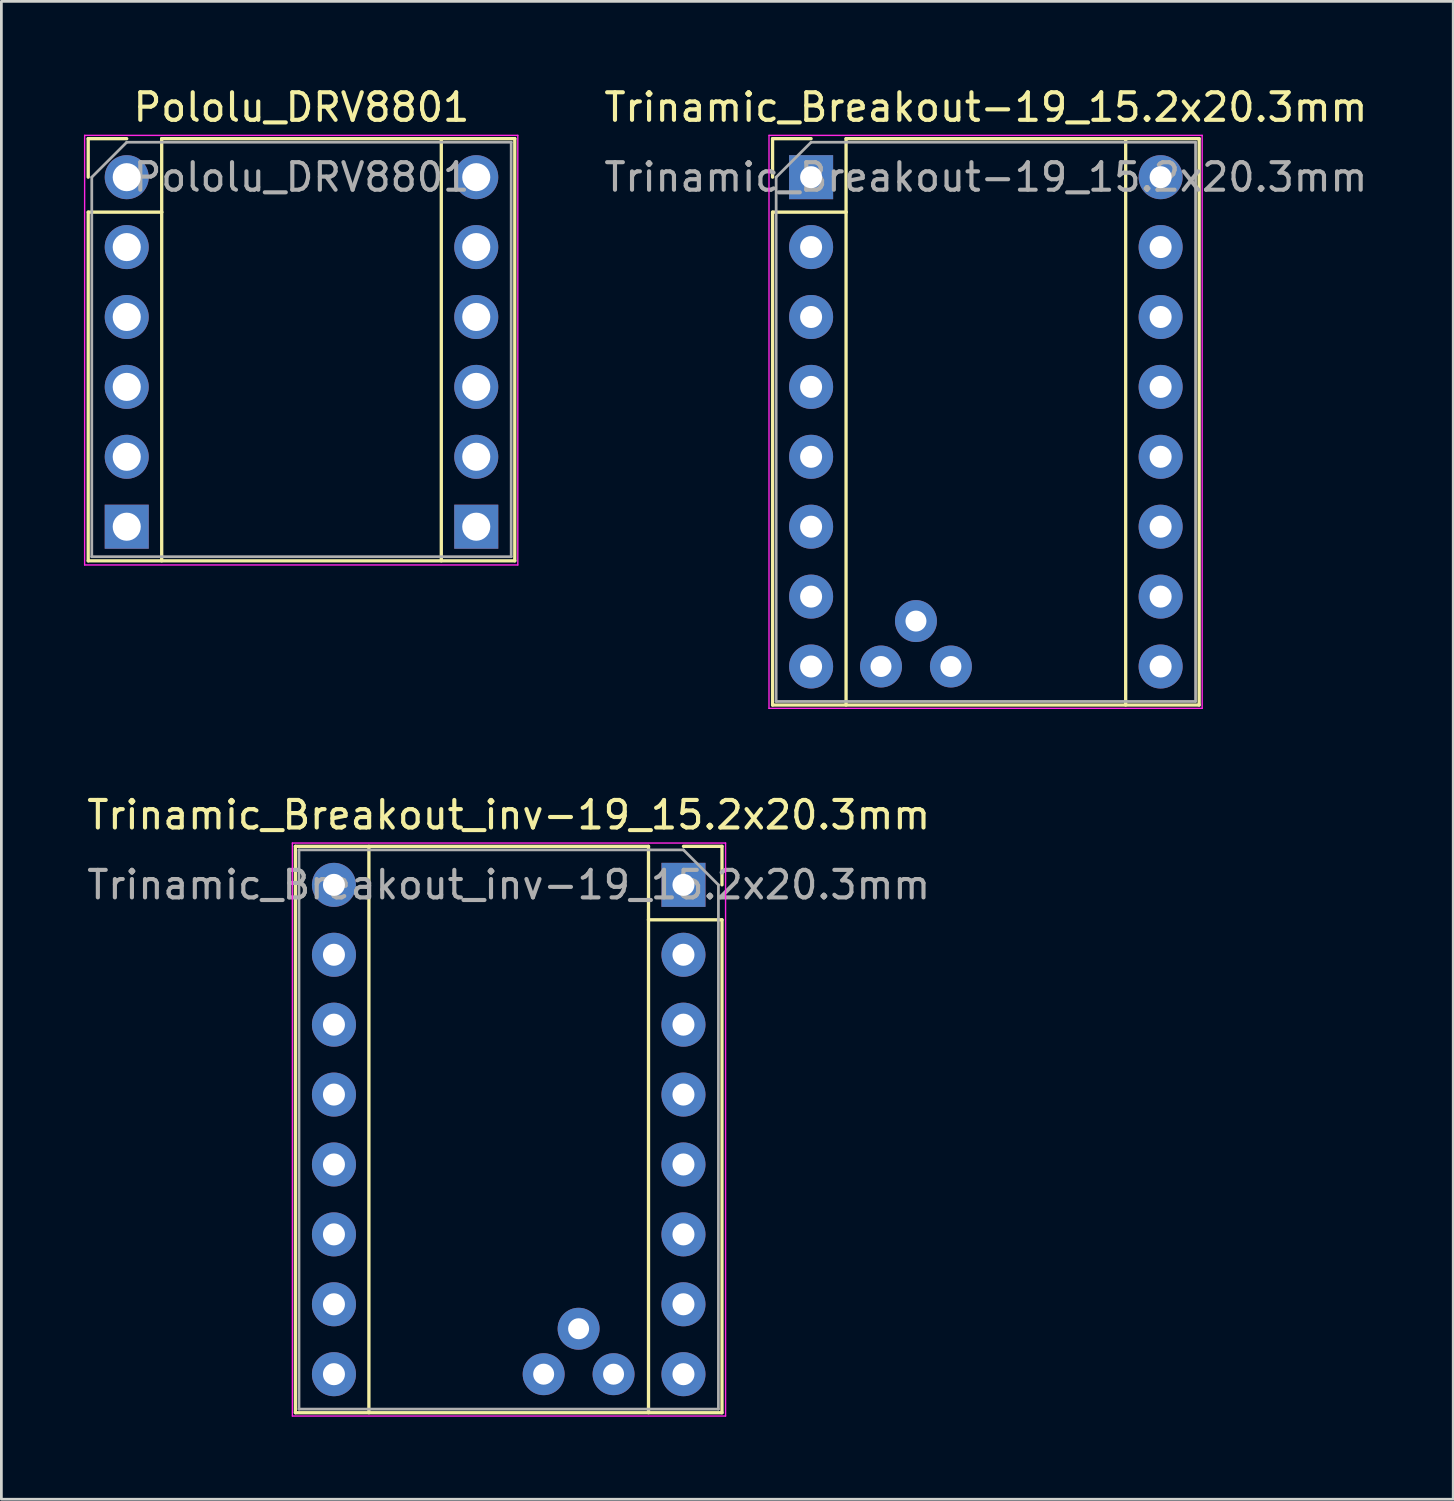
<source format=kicad_pcb>
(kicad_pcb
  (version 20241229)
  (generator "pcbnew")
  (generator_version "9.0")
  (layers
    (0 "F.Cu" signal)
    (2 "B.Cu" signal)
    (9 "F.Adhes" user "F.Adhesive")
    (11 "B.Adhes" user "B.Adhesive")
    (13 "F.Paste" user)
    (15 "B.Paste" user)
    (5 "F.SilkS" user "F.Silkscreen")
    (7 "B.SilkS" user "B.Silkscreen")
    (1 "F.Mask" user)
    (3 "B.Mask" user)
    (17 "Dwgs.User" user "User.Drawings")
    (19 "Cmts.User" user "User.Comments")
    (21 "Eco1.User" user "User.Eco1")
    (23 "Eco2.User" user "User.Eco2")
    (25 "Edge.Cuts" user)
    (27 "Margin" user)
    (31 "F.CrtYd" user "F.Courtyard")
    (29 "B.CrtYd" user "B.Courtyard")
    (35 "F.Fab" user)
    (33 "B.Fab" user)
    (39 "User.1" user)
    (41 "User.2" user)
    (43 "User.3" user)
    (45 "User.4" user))
  (footprint "Pololu_DRV8801"
    (layer "F.Cu")
    (at 7.905 12.278)
    (property "Reference" "Pololu_DRV8801" (at 0 -11.43 0) (layer "F.SilkS") (effects (font (size 1 1) (thickness 0.15))))
    (attr through_hole)
    (fp_line (start -7.75 -10.29) (end -7.75 -8.89) (stroke (width 0.12) (type solid)) (layer "F.SilkS"))
    (fp_line (start -7.75 -7.62) (end -7.75 5.05) (stroke (width 0.12) (type solid)) (layer "F.SilkS"))
    (fp_line (start -7.75 5.05) (end 7.75 5.05) (stroke (width 0.12) (type solid)) (layer "F.SilkS"))
    (fp_line (start -6.35 -10.29) (end -7.75 -10.29) (stroke (width 0.12) (type solid)) (layer "F.SilkS"))
    (fp_line (start -5.08 -10.29) (end -5.08 -7.62) (stroke (width 0.12) (type solid)) (layer "F.SilkS"))
    (fp_line (start -5.08 -7.62) (end -7.75 -7.62) (stroke (width 0.12) (type solid)) (layer "F.SilkS"))
    (fp_line (start -5.08 -7.62) (end -5.08 5.05) (stroke (width 0.12) (type solid)) (layer "F.SilkS"))
    (fp_line (start 5.08 -10.29) (end 5.08 5.05) (stroke (width 0.12) (type solid)) (layer "F.SilkS"))
    (fp_line (start 7.75 -10.29) (end -5.08 -10.29) (stroke (width 0.12) (type solid)) (layer "F.SilkS"))
    (fp_line (start 7.75 5.05) (end 7.75 -10.29) (stroke (width 0.12) (type solid)) (layer "F.SilkS"))
    (fp_line (start -7.88 -10.41) (end -7.88 5.2) (stroke (width 0.05) (type solid)) (layer "F.CrtYd"))
    (fp_line (start -7.88 -10.41) (end 7.86 -10.41) (stroke (width 0.05) (type solid)) (layer "F.CrtYd"))
    (fp_line (start 7.86 5.2) (end -7.88 5.2) (stroke (width 0.05) (type solid)) (layer "F.CrtYd"))
    (fp_line (start 7.86 5.2) (end 7.86 -10.41) (stroke (width 0.05) (type solid)) (layer "F.CrtYd"))
    (fp_line (start -7.62 -8.89) (end -6.35 -10.16) (stroke (width 0.1) (type solid)) (layer "F.Fab"))
    (fp_line (start -7.62 4.9) (end -7.62 -8.89) (stroke (width 0.1) (type solid)) (layer "F.Fab"))
    (fp_line (start -6.35 -10.16) (end 7.62 -10.16) (stroke (width 0.1) (type solid)) (layer "F.Fab"))
    (fp_line (start 7.62 -10.16) (end 7.62 4.9) (stroke (width 0.1) (type solid)) (layer "F.Fab"))
    (fp_line (start 7.62 4.9) (end -7.62 4.9) (stroke (width 0.1) (type solid)) (layer "F.Fab"))
    (fp_text user "${REFERENCE}" (at 0 -8.89 0) (layer "F.Fab") (effects (font (size 1 1) (thickness 0.15))))
    (pad "1" thru_hole circle (at -6.35 -8.89) (size 1.6 1.6) (drill 1.02) (layers "*.Cu" "*.Mask"))
    (pad "2" thru_hole oval (at -6.35 -6.35) (size 1.6 1.6) (drill 1.02) (layers "*.Cu" "*.Mask"))
    (pad "3" thru_hole oval (at -6.35 -3.81) (size 1.6 1.6) (drill 1.02) (layers "*.Cu" "*.Mask"))
    (pad "4" thru_hole oval (at -6.35 -1.27) (size 1.6 1.6) (drill 1.02) (layers "*.Cu" "*.Mask"))
    (pad "5" thru_hole oval (at -6.35 1.27) (size 1.6 1.6) (drill 1.02) (layers "*.Cu" "*.Mask"))
    (pad "6" thru_hole rect (at -6.35 3.81) (size 1.6 1.6) (drill 1.02) (layers "*.Cu" "*.Mask"))
    (pad "7" thru_hole rect (at 6.35 3.81) (size 1.6 1.6) (drill 1.02) (layers "*.Cu" "*.Mask"))
    (pad "8" thru_hole oval (at 6.35 1.27) (size 1.6 1.6) (drill 1.02) (layers "*.Cu" "*.Mask"))
    (pad "9" thru_hole oval (at 6.35 -1.27) (size 1.6 1.6) (drill 1.02) (layers "*.Cu" "*.Mask"))
    (pad "10" thru_hole oval (at 6.35 -3.81) (size 1.6 1.6) (drill 1.02) (layers "*.Cu" "*.Mask"))
    (pad "11" thru_hole oval (at 6.35 -6.35) (size 1.6 1.6) (drill 1.02) (layers "*.Cu" "*.Mask"))
    (pad "12" thru_hole oval (at 6.35 -8.89) (size 1.6 1.6) (drill 1.02) (layers "*.Cu" "*.Mask")))
  (footprint "Trinamic_Breakout_inv-19_15.2x20.3mm"
    (layer "F.Cu")
    (at 15.29 37.992)
    (property "Reference" "Trinamic_Breakout_inv-19_15.2x20.3mm" (at 0.144 -11.43 0) (layer "F.SilkS") (effects (font (size 1 1) (thickness 0.15))))
    (attr through_hole)
    (fp_line (start -7.606 -10.29) (end 5.224 -10.29) (stroke (width 0.12) (type solid)) (layer "F.SilkS"))
    (fp_line (start -7.606 10.29) (end -7.606 -10.29) (stroke (width 0.12) (type solid)) (layer "F.SilkS"))
    (fp_line (start -4.936 -10.29) (end -4.936 10.29) (stroke (width 0.12) (type solid)) (layer "F.SilkS"))
    (fp_line (start 5.224 -10.29) (end 5.224 -7.62) (stroke (width 0.12) (type solid)) (layer "F.SilkS"))
    (fp_line (start 5.224 -7.62) (end 5.224 10.29) (stroke (width 0.12) (type solid)) (layer "F.SilkS"))
    (fp_line (start 5.224 -7.62) (end 7.894 -7.62) (stroke (width 0.12) (type solid)) (layer "F.SilkS"))
    (fp_line (start 6.494 -10.29) (end 7.894 -10.29) (stroke (width 0.12) (type solid)) (layer "F.SilkS"))
    (fp_line (start 7.894 -10.29) (end 7.894 -8.89) (stroke (width 0.12) (type solid)) (layer "F.SilkS"))
    (fp_line (start 7.894 -7.62) (end 7.894 10.29) (stroke (width 0.12) (type solid)) (layer "F.SilkS"))
    (fp_line (start 7.894 10.29) (end -7.606 10.29) (stroke (width 0.12) (type solid)) (layer "F.SilkS"))
    (fp_line (start -7.716 10.41) (end -7.716 -10.41) (stroke (width 0.05) (type solid)) (layer "F.CrtYd"))
    (fp_line (start -7.716 10.41) (end 8.024 10.41) (stroke (width 0.05) (type solid)) (layer "F.CrtYd"))
    (fp_line (start 8.024 -10.41) (end -7.716 -10.41) (stroke (width 0.05) (type solid)) (layer "F.CrtYd"))
    (fp_line (start 8.024 -10.41) (end 8.024 10.41) (stroke (width 0.05) (type solid)) (layer "F.CrtYd"))
    (fp_line (start -7.476 -10.16) (end -7.476 10.16) (stroke (width 0.1) (type solid)) (layer "F.Fab"))
    (fp_line (start -7.476 10.16) (end 7.764 10.16) (stroke (width 0.1) (type solid)) (layer "F.Fab"))
    (fp_line (start 6.494 -10.16) (end -7.476 -10.16) (stroke (width 0.1) (type solid)) (layer "F.Fab"))
    (fp_line (start 7.764 -8.89) (end 6.494 -10.16) (stroke (width 0.1) (type solid)) (layer "F.Fab"))
    (fp_line (start 7.764 10.16) (end 7.764 -8.89) (stroke (width 0.1) (type solid)) (layer "F.Fab"))
    (fp_text user "${REFERENCE}" (at 0.144 -8.89 0) (layer "F.Fab") (effects (font (size 1 1) (thickness 0.15))))
    (pad "1" thru_hole rect (at 6.494 -8.89) (size 1.6 1.6) (drill 0.8) (layers "*.Cu" "*.Mask"))
    (pad "2" thru_hole oval (at 6.494 -6.35) (size 1.6 1.6) (drill 0.8) (layers "*.Cu" "*.Mask"))
    (pad "3" thru_hole oval (at 6.494 -3.81) (size 1.6 1.6) (drill 0.8) (layers "*.Cu" "*.Mask"))
    (pad "4" thru_hole oval (at 6.494 -1.27) (size 1.6 1.6) (drill 0.8) (layers "*.Cu" "*.Mask"))
    (pad "5" thru_hole oval (at 6.494 1.27) (size 1.6 1.6) (drill 0.8) (layers "*.Cu" "*.Mask"))
    (pad "6" thru_hole oval (at 6.494 3.81) (size 1.6 1.6) (drill 0.8) (layers "*.Cu" "*.Mask"))
    (pad "7" thru_hole oval (at 6.494 6.35) (size 1.6 1.6) (drill 0.8) (layers "*.Cu" "*.Mask"))
    (pad "8" thru_hole oval (at 6.494 8.89) (size 1.6 1.6) (drill 0.8) (layers "*.Cu" "*.Mask"))
    (pad "9" thru_hole oval (at -6.206 8.89) (size 1.6 1.6) (drill 0.8) (layers "*.Cu" "*.Mask"))
    (pad "10" thru_hole oval (at -6.206 6.35) (size 1.6 1.6) (drill 0.8) (layers "*.Cu" "*.Mask"))
    (pad "11" thru_hole oval (at -6.206 3.81) (size 1.6 1.6) (drill 0.8) (layers "*.Cu" "*.Mask"))
    (pad "12" thru_hole oval (at -6.206 1.27) (size 1.6 1.6) (drill 0.8) (layers "*.Cu" "*.Mask"))
    (pad "13" thru_hole oval (at -6.206 -1.27) (size 1.6 1.6) (drill 0.8) (layers "*.Cu" "*.Mask"))
    (pad "14" thru_hole oval (at -6.206 -3.81) (size 1.6 1.6) (drill 0.8) (layers "*.Cu" "*.Mask"))
    (pad "15" thru_hole oval (at -6.206 -6.35) (size 1.6 1.6) (drill 0.8) (layers "*.Cu" "*.Mask"))
    (pad "16" thru_hole oval (at -6.206 -8.89) (size 1.6 1.6) (drill 0.8) (layers "*.Cu" "*.Mask"))
    (pad "17" thru_hole circle (at 3.954 8.89) (size 1.524 1.524) (drill 0.762) (layers "*.Cu" "*.Mask"))
    (pad "18" thru_hole circle (at 1.414 8.89) (size 1.524 1.524) (drill 0.762) (layers "*.Cu" "*.Mask"))
    (pad "19" thru_hole circle (at 2.684 7.239) (size 1.524 1.524) (drill 0.762) (layers "*.Cu" "*.Mask")))
  (footprint "Trinamic_Breakout-19_15.2x20.3mm"
    (layer "F.Cu")
    (at 32.772 12.278)
    (property "Reference" "Trinamic_Breakout-19_15.2x20.3mm" (at 0 -11.43 0) (layer "F.SilkS") (effects (font (size 1 1) (thickness 0.15))))
    (attr through_hole)
    (fp_line (start -7.75 -10.29) (end -7.75 -8.89) (stroke (width 0.12) (type solid)) (layer "F.SilkS"))
    (fp_line (start -7.75 -7.62) (end -7.75 10.29) (stroke (width 0.12) (type solid)) (layer "F.SilkS"))
    (fp_line (start -7.75 10.29) (end 7.75 10.29) (stroke (width 0.12) (type solid)) (layer "F.SilkS"))
    (fp_line (start -6.35 -10.29) (end -7.75 -10.29) (stroke (width 0.12) (type solid)) (layer "F.SilkS"))
    (fp_line (start -5.08 -10.29) (end -5.08 -7.62) (stroke (width 0.12) (type solid)) (layer "F.SilkS"))
    (fp_line (start -5.08 -7.62) (end -7.75 -7.62) (stroke (width 0.12) (type solid)) (layer "F.SilkS"))
    (fp_line (start -5.08 -7.62) (end -5.08 10.29) (stroke (width 0.12) (type solid)) (layer "F.SilkS"))
    (fp_line (start 5.08 -10.29) (end 5.08 10.29) (stroke (width 0.12) (type solid)) (layer "F.SilkS"))
    (fp_line (start 7.75 -10.29) (end -5.08 -10.29) (stroke (width 0.12) (type solid)) (layer "F.SilkS"))
    (fp_line (start 7.75 10.29) (end 7.75 -10.29) (stroke (width 0.12) (type solid)) (layer "F.SilkS"))
    (fp_line (start -7.88 -10.41) (end -7.88 10.41) (stroke (width 0.05) (type solid)) (layer "F.CrtYd"))
    (fp_line (start -7.88 -10.41) (end 7.86 -10.41) (stroke (width 0.05) (type solid)) (layer "F.CrtYd"))
    (fp_line (start 7.86 10.41) (end -7.88 10.41) (stroke (width 0.05) (type solid)) (layer "F.CrtYd"))
    (fp_line (start 7.86 10.41) (end 7.86 -10.41) (stroke (width 0.05) (type solid)) (layer "F.CrtYd"))
    (fp_line (start -7.62 -8.89) (end -6.35 -10.16) (stroke (width 0.1) (type solid)) (layer "F.Fab"))
    (fp_line (start -7.62 10.16) (end -7.62 -8.89) (stroke (width 0.1) (type solid)) (layer "F.Fab"))
    (fp_line (start -6.35 -10.16) (end 7.62 -10.16) (stroke (width 0.1) (type solid)) (layer "F.Fab"))
    (fp_line (start 7.62 -10.16) (end 7.62 10.16) (stroke (width 0.1) (type solid)) (layer "F.Fab"))
    (fp_line (start 7.62 10.16) (end -7.62 10.16) (stroke (width 0.1) (type solid)) (layer "F.Fab"))
    (fp_text user "${REFERENCE}" (at 0 -8.89 0) (layer "F.Fab") (effects (font (size 1 1) (thickness 0.15))))
    (pad "1" thru_hole rect (at -6.35 -8.89) (size 1.6 1.6) (drill 0.8) (layers "*.Cu" "*.Mask"))
    (pad "2" thru_hole oval (at -6.35 -6.35) (size 1.6 1.6) (drill 0.8) (layers "*.Cu" "*.Mask"))
    (pad "3" thru_hole oval (at -6.35 -3.81) (size 1.6 1.6) (drill 0.8) (layers "*.Cu" "*.Mask"))
    (pad "4" thru_hole oval (at -6.35 -1.27) (size 1.6 1.6) (drill 0.8) (layers "*.Cu" "*.Mask"))
    (pad "5" thru_hole oval (at -6.35 1.27) (size 1.6 1.6) (drill 0.8) (layers "*.Cu" "*.Mask"))
    (pad "6" thru_hole oval (at -6.35 3.81) (size 1.6 1.6) (drill 0.8) (layers "*.Cu" "*.Mask"))
    (pad "7" thru_hole oval (at -6.35 6.35) (size 1.6 1.6) (drill 0.8) (layers "*.Cu" "*.Mask"))
    (pad "8" thru_hole oval (at -6.35 8.89) (size 1.6 1.6) (drill 0.8) (layers "*.Cu" "*.Mask"))
    (pad "9" thru_hole oval (at 6.35 8.89) (size 1.6 1.6) (drill 0.8) (layers "*.Cu" "*.Mask"))
    (pad "10" thru_hole oval (at 6.35 6.35) (size 1.6 1.6) (drill 0.8) (layers "*.Cu" "*.Mask"))
    (pad "11" thru_hole oval (at 6.35 3.81) (size 1.6 1.6) (drill 0.8) (layers "*.Cu" "*.Mask"))
    (pad "12" thru_hole oval (at 6.35 1.27) (size 1.6 1.6) (drill 0.8) (layers "*.Cu" "*.Mask"))
    (pad "13" thru_hole oval (at 6.35 -1.27) (size 1.6 1.6) (drill 0.8) (layers "*.Cu" "*.Mask"))
    (pad "14" thru_hole oval (at 6.35 -3.81) (size 1.6 1.6) (drill 0.8) (layers "*.Cu" "*.Mask"))
    (pad "15" thru_hole oval (at 6.35 -6.35) (size 1.6 1.6) (drill 0.8) (layers "*.Cu" "*.Mask"))
    (pad "16" thru_hole oval (at 6.35 -8.89) (size 1.6 1.6) (drill 0.8) (layers "*.Cu" "*.Mask"))
    (pad "17" thru_hole circle (at -3.81 8.89) (size 1.524 1.524) (drill 0.762) (layers "*.Cu" "*.Mask"))
    (pad "18" thru_hole circle (at -1.27 8.89) (size 1.524 1.524) (drill 0.762) (layers "*.Cu" "*.Mask"))
    (pad "19" thru_hole circle (at -2.54 7.239) (size 1.524 1.524) (drill 0.762) (layers "*.Cu" "*.Mask")))
  (gr_rect
    (start -3 -3)
    (end 49.754 51.426)
    (stroke (width 0.1) (type default))
    (fill no)
    (layer "Edge.Cuts")))
</source>
